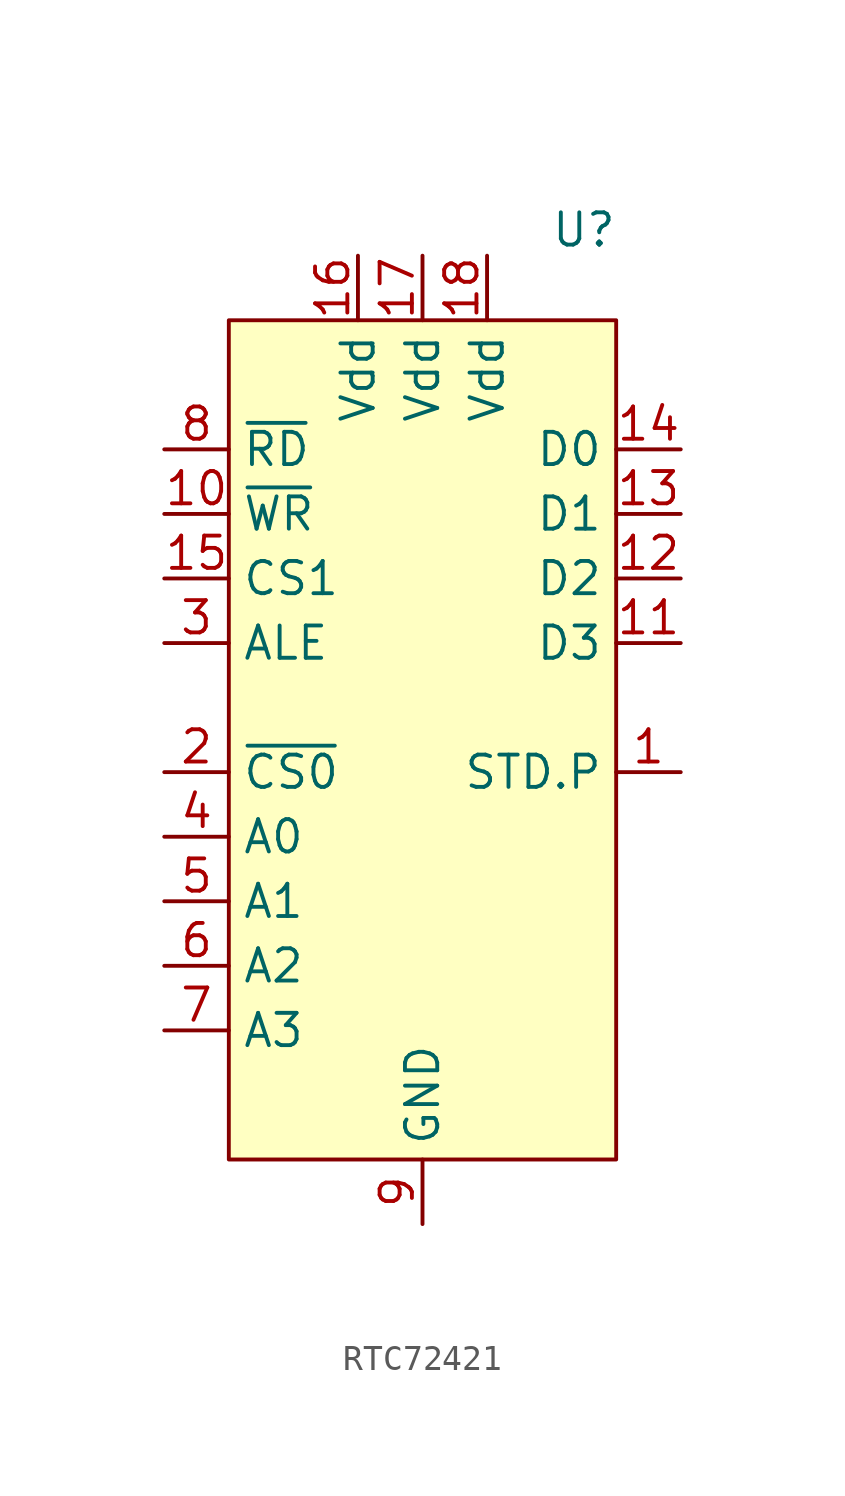
<source format=kicad_sym>
(kicad_symbol_lib
  (version 20241209)
  (generator "kicad_symbol_editor")
  (generator_version "9.0")
  (symbol "RTC72421"
    (property "Reference" "U"
      (at 6.35 6.096 0)
      (effects (font (size 1.27 1.27))))
    (property "Value" ""
      (at 0 0 0)
      (effects (font (size 1.27 1.27))))
    (symbol "RTC72421_0_0"
      (pin input line (at -10.16 -5.08 0) (length 2.54) (name "~{WR}" (effects (font (size 1.27 1.27)))) (number "10" (effects (font (size 1.27 1.27)))))
      (pin input line (at -10.16 -7.62 0) (length 2.54) (name "CS1" (effects (font (size 1.27 1.27)))) (number "15" (effects (font (size 1.27 1.27)))))
      (pin input line (at -10.16 -10.16 0) (length 2.54) (name "ALE" (effects (font (size 1.27 1.27)))) (number "3" (effects (font (size 1.27 1.27)))))
      (pin input line (at -10.16 -17.78 0) (length 2.54) (name "A0" (effects (font (size 1.27 1.27)))) (number "4" (effects (font (size 1.27 1.27)))))
      (pin input line (at -10.16 -20.32 0) (length 2.54) (name "A1" (effects (font (size 1.27 1.27)))) (number "5" (effects (font (size 1.27 1.27)))))
      (pin input line (at -10.16 -22.86 0) (length 2.54) (name "A2" (effects (font (size 1.27 1.27)))) (number "6" (effects (font (size 1.27 1.27)))))
      (pin input line (at -10.16 -25.4 0) (length 2.54) (name "A3" (effects (font (size 1.27 1.27)))) (number "7" (effects (font (size 1.27 1.27)))))
      (pin unspecified line (at -2.54 5.08 270) (length 2.54) (name "Vdd" (effects (font (size 1.27 1.27)))) (number "16" (effects (font (size 1.27 1.27)))))
      (pin unspecified line (at 0 5.08 270) (length 2.54) (name "Vdd" (effects (font (size 1.27 1.27)))) (number "17" (effects (font (size 1.27 1.27)))))
      (pin power_in line (at 0 -33.02 90) (length 2.54) (name "GND" (effects (font (size 1.27 1.27)))) (number "9" (effects (font (size 1.27 1.27)))))
      (pin power_in line (at 2.54 5.08 270) (length 2.54) (name "Vdd" (effects (font (size 1.27 1.27)))) (number "18" (effects (font (size 1.27 1.27)))))
      (pin bidirectional line (at 10.16 -2.54 180) (length 2.54) (name "D0" (effects (font (size 1.27 1.27)))) (number "14" (effects (font (size 1.27 1.27)))))
      (pin bidirectional line (at 10.16 -5.08 180) (length 2.54) (name "D1" (effects (font (size 1.27 1.27)))) (number "13" (effects (font (size 1.27 1.27)))))
      (pin bidirectional line (at 10.16 -7.62 180) (length 2.54) (name "D2" (effects (font (size 1.27 1.27)))) (number "12" (effects (font (size 1.27 1.27)))))
      (pin bidirectional line (at 10.16 -10.16 180) (length 2.54) (name "D3" (effects (font (size 1.27 1.27)))) (number "11" (effects (font (size 1.27 1.27)))))
      (pin output line (at 10.16 -15.24 180) (length 2.54) (name "STD.P" (effects (font (size 1.27 1.27)))) (number "1" (effects (font (size 1.27 1.27))))))
    (symbol "RTC72421_1_0"
      (pin input line (at -10.16 -2.54 0) (length 2.54) (name "~{RD}" (effects (font (size 1.27 1.27)))) (number "8" (effects (font (size 1.27 1.27)))))
      (pin input line (at -10.16 -15.24 0) (length 2.54) (name "~{CS0}" (effects (font (size 1.27 1.27)))) (number "2" (effects (font (size 1.27 1.27))))))
    (symbol "RTC72421_1_1"
      (rectangle (start -7.62 2.54) (end 7.62 -30.48) (stroke (width 0) (type solid)) (fill (type background))))))
</source>
